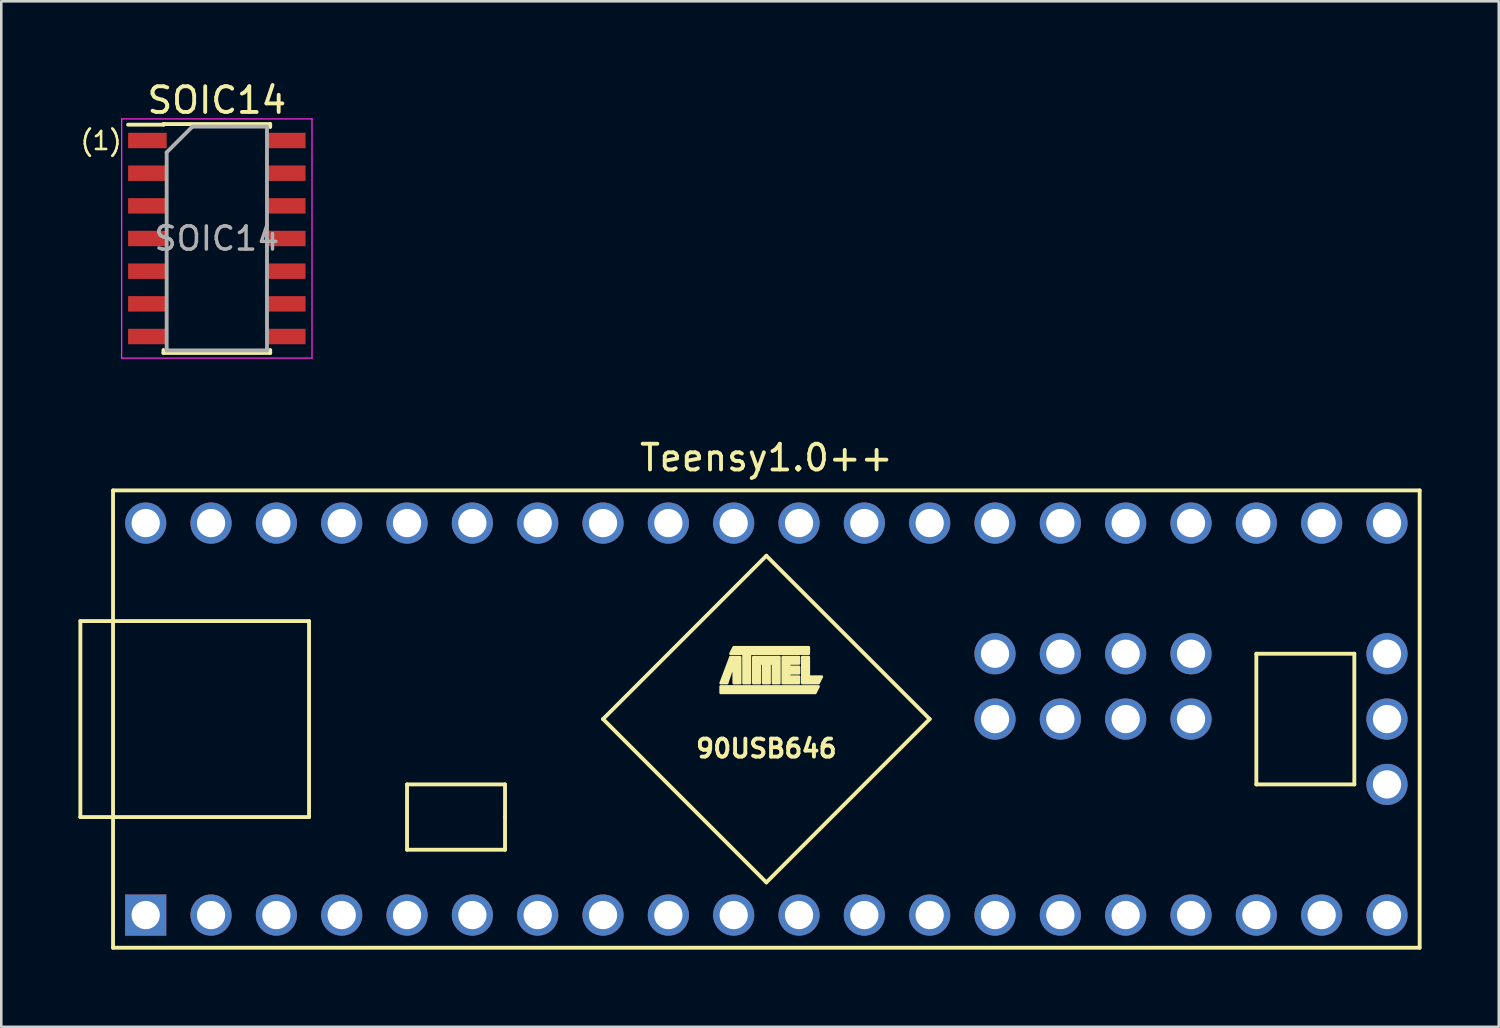
<source format=kicad_pcb>
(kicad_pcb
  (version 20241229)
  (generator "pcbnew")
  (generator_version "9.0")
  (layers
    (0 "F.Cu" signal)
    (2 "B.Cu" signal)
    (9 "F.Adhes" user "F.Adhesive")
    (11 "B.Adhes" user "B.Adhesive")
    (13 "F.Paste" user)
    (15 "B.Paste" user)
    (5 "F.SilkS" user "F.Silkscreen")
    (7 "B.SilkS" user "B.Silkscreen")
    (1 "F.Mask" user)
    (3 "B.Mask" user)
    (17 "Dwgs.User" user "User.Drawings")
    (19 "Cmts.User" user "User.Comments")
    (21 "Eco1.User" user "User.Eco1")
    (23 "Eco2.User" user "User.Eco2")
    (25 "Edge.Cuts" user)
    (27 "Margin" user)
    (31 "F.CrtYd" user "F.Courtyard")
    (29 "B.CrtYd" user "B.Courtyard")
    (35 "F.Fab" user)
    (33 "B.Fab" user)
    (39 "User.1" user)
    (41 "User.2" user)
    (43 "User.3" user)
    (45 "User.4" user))
  (footprint "Teensy1.0++"
    (layer "F.Cu")
    (at 26.745 24.907)
    (property "Reference" "Teensy1.0++" (at 0 -10.16 0) (layer "F.SilkS") (effects (font (size 1 1) (thickness 0.15))))
    (attr through_hole)
    (fp_line (start -26.67 -3.81) (end -26.67 3.81) (stroke (width 0.15) (type solid)) (layer "F.SilkS"))
    (fp_line (start -25.4 -8.89) (end 25.4 -8.89) (stroke (width 0.15) (type solid)) (layer "F.SilkS"))
    (fp_line (start -25.4 8.89) (end -25.4 -8.89) (stroke (width 0.15) (type solid)) (layer "F.SilkS"))
    (fp_line (start -17.78 -3.81) (end -26.67 -3.81) (stroke (width 0.15) (type solid)) (layer "F.SilkS"))
    (fp_line (start -17.78 3.81) (end -26.67 3.81) (stroke (width 0.15) (type solid)) (layer "F.SilkS"))
    (fp_line (start -17.78 3.81) (end -17.78 -3.81) (stroke (width 0.15) (type solid)) (layer "F.SilkS"))
    (fp_line (start -13.97 2.54) (end -13.97 5.08) (stroke (width 0.15) (type solid)) (layer "F.SilkS"))
    (fp_line (start -13.97 5.08) (end -10.16 5.08) (stroke (width 0.15) (type solid)) (layer "F.SilkS"))
    (fp_line (start -10.16 2.54) (end -13.97 2.54) (stroke (width 0.15) (type solid)) (layer "F.SilkS"))
    (fp_line (start -10.16 3.81) (end -10.16 2.54) (stroke (width 0.15) (type solid)) (layer "F.SilkS"))
    (fp_line (start -10.16 5.08) (end -10.16 3.81) (stroke (width 0.15) (type solid)) (layer "F.SilkS"))
    (fp_line (start -6.35 0) (end 0 -6.35) (stroke (width 0.15) (type solid)) (layer "F.SilkS"))
    (fp_line (start 0 -6.35) (end 6.35 0) (stroke (width 0.15) (type solid)) (layer "F.SilkS"))
    (fp_line (start 0 6.35) (end -6.35 0) (stroke (width 0.15) (type solid)) (layer "F.SilkS"))
    (fp_line (start 6.35 0) (end 0 6.35) (stroke (width 0.15) (type solid)) (layer "F.SilkS"))
    (fp_line (start 19.05 -2.54) (end 22.86 -2.54) (stroke (width 0.15) (type solid)) (layer "F.SilkS"))
    (fp_line (start 19.05 2.54) (end 19.05 -2.54) (stroke (width 0.15) (type solid)) (layer "F.SilkS"))
    (fp_line (start 22.86 -2.54) (end 22.86 2.54) (stroke (width 0.15) (type solid)) (layer "F.SilkS"))
    (fp_line (start 22.86 2.54) (end 19.05 2.54) (stroke (width 0.15) (type solid)) (layer "F.SilkS"))
    (fp_line (start 25.4 -8.89) (end 25.4 8.89) (stroke (width 0.15) (type solid)) (layer "F.SilkS"))
    (fp_line (start 25.4 8.89) (end -25.4 8.89) (stroke (width 0.15) (type solid)) (layer "F.SilkS"))
    (fp_poly (pts (xy -1.778 -1.27) (xy 2.032 -1.27) (xy 1.905 -1.016) (xy -1.778 -1.016)) (stroke (width 0.1) (type solid)) (fill yes) (layer "F.SilkS"))
    (fp_poly (pts (xy 1.397 -2.413) (xy 1.397 -1.397) (xy 2.032 -1.397) (xy 2.159 -1.651) (xy 1.651 -1.651) (xy 1.651 -2.413)) (stroke (width 0.1) (type solid)) (fill yes) (layer "F.SilkS"))
    (fp_poly (pts (xy -1.016 -1.397) (xy -1.016 -2.413) (xy -1.397 -2.413) (xy -1.778 -1.397) (xy -1.524 -1.397) (xy -1.27 -2.159) (xy -1.27 -1.397)) (stroke (width 0.1) (type solid)) (fill yes) (layer "F.SilkS"))
    (fp_poly (pts (xy 1.651 -2.54) (xy -0.635 -2.54) (xy -0.635 -1.397) (xy -0.889 -1.397) (xy -0.889 -2.54) (xy -1.397 -2.54) (xy -1.27 -2.794) (xy 1.651 -2.794)) (stroke (width 0.1) (type solid)) (fill yes) (layer "F.SilkS"))
    (fp_poly (pts (xy 0.508 -1.397) (xy 0.508 -2.413) (xy -0.508 -2.413) (xy -0.508 -1.397) (xy -0.254 -1.397) (xy -0.254 -2.159) (xy -0.127 -2.159) (xy -0.127 -1.397) (xy 0.127 -1.397) (xy 0.127 -2.159) (xy 0.254 -2.159) (xy 0.254 -1.397)) (stroke (width 0.1) (type solid)) (fill yes) (layer "F.SilkS"))
    (fp_poly (pts (xy 0.635 -2.413) (xy 1.27 -2.413) (xy 1.27 -2.159) (xy 0.889 -2.159) (xy 0.889 -2.032) (xy 1.27 -2.032) (xy 1.27 -1.778) (xy 0.889 -1.778) (xy 0.889 -1.651) (xy 1.27 -1.651) (xy 1.27 -1.397) (xy 0.635 -1.397)) (stroke (width 0.1) (type solid)) (fill yes) (layer "F.SilkS"))
    (fp_text user "90USB646" (at 0 1.143 0) (layer "F.SilkS") (effects (font (size 0.7 0.7) (thickness 0.15))))
    (pad "1" thru_hole rect (at -24.13 7.62) (size 1.6 1.6) (drill 1.1) (layers "*.Cu" "*.Mask"))
    (pad "2" thru_hole circle (at -21.59 7.62) (size 1.6 1.6) (drill 1.1) (layers "*.Cu" "*.Mask"))
    (pad "3" thru_hole circle (at -19.05 7.62) (size 1.6 1.6) (drill 1.1) (layers "*.Cu" "*.Mask"))
    (pad "4" thru_hole circle (at -16.51 7.62) (size 1.6 1.6) (drill 1.1) (layers "*.Cu" "*.Mask"))
    (pad "5" thru_hole circle (at -13.97 7.62) (size 1.6 1.6) (drill 1.1) (layers "*.Cu" "*.Mask"))
    (pad "6" thru_hole circle (at -11.43 7.62) (size 1.6 1.6) (drill 1.1) (layers "*.Cu" "*.Mask"))
    (pad "7" thru_hole circle (at -8.89 7.62) (size 1.6 1.6) (drill 1.1) (layers "*.Cu" "*.Mask"))
    (pad "8" thru_hole circle (at -6.35 7.62) (size 1.6 1.6) (drill 1.1) (layers "*.Cu" "*.Mask"))
    (pad "9" thru_hole circle (at -3.81 7.62) (size 1.6 1.6) (drill 1.1) (layers "*.Cu" "*.Mask"))
    (pad "10" thru_hole circle (at -1.27 7.62) (size 1.6 1.6) (drill 1.1) (layers "*.Cu" "*.Mask"))
    (pad "11" thru_hole circle (at 1.27 7.62) (size 1.6 1.6) (drill 1.1) (layers "*.Cu" "*.Mask"))
    (pad "12" thru_hole circle (at 3.81 7.62) (size 1.6 1.6) (drill 1.1) (layers "*.Cu" "*.Mask"))
    (pad "13" thru_hole circle (at 6.35 7.62) (size 1.6 1.6) (drill 1.1) (layers "*.Cu" "*.Mask"))
    (pad "14" thru_hole circle (at 8.89 7.62) (size 1.6 1.6) (drill 1.1) (layers "*.Cu" "*.Mask"))
    (pad "15" thru_hole circle (at 11.43 7.62) (size 1.6 1.6) (drill 1.1) (layers "*.Cu" "*.Mask"))
    (pad "16" thru_hole circle (at 13.97 7.62) (size 1.6 1.6) (drill 1.1) (layers "*.Cu" "*.Mask"))
    (pad "17" thru_hole circle (at 16.51 7.62) (size 1.6 1.6) (drill 1.1) (layers "*.Cu" "*.Mask"))
    (pad "18" thru_hole circle (at 19.05 7.62) (size 1.6 1.6) (drill 1.1) (layers "*.Cu" "*.Mask"))
    (pad "19" thru_hole circle (at 21.59 7.62) (size 1.6 1.6) (drill 1.1) (layers "*.Cu" "*.Mask"))
    (pad "20" thru_hole circle (at 24.13 7.62) (size 1.6 1.6) (drill 1.1) (layers "*.Cu" "*.Mask"))
    (pad "21" thru_hole circle (at 24.13 2.54) (size 1.6 1.6) (drill 1.1) (layers "*.Cu" "*.Mask"))
    (pad "22" thru_hole circle (at 24.13 0) (size 1.6 1.6) (drill 1.1) (layers "*.Cu" "*.Mask"))
    (pad "23" thru_hole circle (at 24.13 -2.54) (size 1.6 1.6) (drill 1.1) (layers "*.Cu" "*.Mask"))
    (pad "24" thru_hole circle (at 24.13 -7.62) (size 1.6 1.6) (drill 1.1) (layers "*.Cu" "*.Mask"))
    (pad "25" thru_hole circle (at 21.59 -7.62) (size 1.6 1.6) (drill 1.1) (layers "*.Cu" "*.Mask"))
    (pad "26" thru_hole circle (at 19.05 -7.62) (size 1.6 1.6) (drill 1.1) (layers "*.Cu" "*.Mask"))
    (pad "27" thru_hole circle (at 16.51 -7.62) (size 1.6 1.6) (drill 1.1) (layers "*.Cu" "*.Mask"))
    (pad "28" thru_hole circle (at 13.97 -7.62) (size 1.6 1.6) (drill 1.1) (layers "*.Cu" "*.Mask"))
    (pad "29" thru_hole circle (at 11.43 -7.62) (size 1.6 1.6) (drill 1.1) (layers "*.Cu" "*.Mask"))
    (pad "30" thru_hole circle (at 8.89 -7.62) (size 1.6 1.6) (drill 1.1) (layers "*.Cu" "*.Mask"))
    (pad "31" thru_hole circle (at 6.35 -7.62) (size 1.6 1.6) (drill 1.1) (layers "*.Cu" "*.Mask"))
    (pad "32" thru_hole circle (at 3.81 -7.62) (size 1.6 1.6) (drill 1.1) (layers "*.Cu" "*.Mask"))
    (pad "33" thru_hole circle (at 1.27 -7.62) (size 1.6 1.6) (drill 1.1) (layers "*.Cu" "*.Mask"))
    (pad "34" thru_hole circle (at -1.27 -7.62) (size 1.6 1.6) (drill 1.1) (layers "*.Cu" "*.Mask"))
    (pad "35" thru_hole circle (at -3.81 -7.62) (size 1.6 1.6) (drill 1.1) (layers "*.Cu" "*.Mask"))
    (pad "36" thru_hole circle (at -6.35 -7.62) (size 1.6 1.6) (drill 1.1) (layers "*.Cu" "*.Mask"))
    (pad "37" thru_hole circle (at -8.89 -7.62) (size 1.6 1.6) (drill 1.1) (layers "*.Cu" "*.Mask"))
    (pad "38" thru_hole circle (at -11.43 -7.62) (size 1.6 1.6) (drill 1.1) (layers "*.Cu" "*.Mask"))
    (pad "39" thru_hole circle (at -13.97 -7.62) (size 1.6 1.6) (drill 1.1) (layers "*.Cu" "*.Mask"))
    (pad "40" thru_hole circle (at -16.51 -7.62) (size 1.6 1.6) (drill 1.1) (layers "*.Cu" "*.Mask"))
    (pad "41" thru_hole circle (at -19.05 -7.62) (size 1.6 1.6) (drill 1.1) (layers "*.Cu" "*.Mask"))
    (pad "42" thru_hole circle (at -21.59 -7.62) (size 1.6 1.6) (drill 1.1) (layers "*.Cu" "*.Mask"))
    (pad "43" thru_hole circle (at -24.13 -7.62) (size 1.6 1.6) (drill 1.1) (layers "*.Cu" "*.Mask"))
    (pad "44" thru_hole circle (at 8.89 -2.54) (size 1.6 1.6) (drill 1.1) (layers "*.Cu" "*.Mask"))
    (pad "45" thru_hole circle (at 11.43 -2.54) (size 1.6 1.6) (drill 1.1) (layers "*.Cu" "*.Mask"))
    (pad "46" thru_hole circle (at 13.97 -2.54) (size 1.6 1.6) (drill 1.1) (layers "*.Cu" "*.Mask"))
    (pad "47" thru_hole circle (at 16.51 -2.54) (size 1.6 1.6) (drill 1.1) (layers "*.Cu" "*.Mask"))
    (pad "48" thru_hole circle (at 8.89 0) (size 1.6 1.6) (drill 1.1) (layers "*.Cu" "*.Mask"))
    (pad "49" thru_hole circle (at 11.43 0) (size 1.6 1.6) (drill 1.1) (layers "*.Cu" "*.Mask"))
    (pad "50" thru_hole circle (at 13.97 0) (size 1.6 1.6) (drill 1.1) (layers "*.Cu" "*.Mask"))
    (pad "51" thru_hole circle (at 16.51 0) (size 1.6 1.6) (drill 1.1) (layers "*.Cu" "*.Mask")))
  (footprint "SOIC14"
    (layer "F.Cu")
    (at 5.38 6.223)
    (property "Reference" "SOIC14" (at 0 -5.375 0) (layer "F.SilkS") (effects (font (size 1 1) (thickness 0.15))))
    (attr smd)
    (fp_line (start -2.075 -4.45) (end -2.075 -4.425) (stroke (width 0.15) (type solid)) (layer "F.SilkS"))
    (fp_line (start -2.075 -4.45) (end 2.075 -4.45) (stroke (width 0.15) (type solid)) (layer "F.SilkS"))
    (fp_line (start -2.075 -4.425) (end -3.45 -4.425) (stroke (width 0.15) (type solid)) (layer "F.SilkS"))
    (fp_line (start -2.075 4.45) (end -2.075 4.335) (stroke (width 0.15) (type solid)) (layer "F.SilkS"))
    (fp_line (start -2.075 4.45) (end 2.075 4.45) (stroke (width 0.15) (type solid)) (layer "F.SilkS"))
    (fp_line (start 2.075 -4.45) (end 2.075 -4.335) (stroke (width 0.15) (type solid)) (layer "F.SilkS"))
    (fp_line (start 2.075 4.45) (end 2.075 4.335) (stroke (width 0.15) (type solid)) (layer "F.SilkS"))
    (fp_line (start -3.7 -4.65) (end -3.7 4.65) (stroke (width 0.05) (type solid)) (layer "F.CrtYd"))
    (fp_line (start -3.7 -4.65) (end 3.7 -4.65) (stroke (width 0.05) (type solid)) (layer "F.CrtYd"))
    (fp_line (start -3.7 4.65) (end 3.7 4.65) (stroke (width 0.05) (type solid)) (layer "F.CrtYd"))
    (fp_line (start 3.7 -4.65) (end 3.7 4.65) (stroke (width 0.05) (type solid)) (layer "F.CrtYd"))
    (fp_line (start -1.95 -3.35) (end -0.95 -4.35) (stroke (width 0.15) (type solid)) (layer "F.Fab"))
    (fp_line (start -1.95 4.35) (end -1.95 -3.35) (stroke (width 0.15) (type solid)) (layer "F.Fab"))
    (fp_line (start -0.95 -4.35) (end 1.95 -4.35) (stroke (width 0.15) (type solid)) (layer "F.Fab"))
    (fp_line (start 1.95 -4.35) (end 1.95 4.35) (stroke (width 0.15) (type solid)) (layer "F.Fab"))
    (fp_line (start 1.95 4.35) (end -1.95 4.35) (stroke (width 0.15) (type solid)) (layer "F.Fab"))
    (fp_text user "(1)" (at -4.5 -3.8 0) (layer "F.SilkS") (effects (font (size 0.7 0.7) (thickness 0.1))))
    (fp_text user "${REFERENCE}" (at 0 0 0) (layer "F.Fab") (effects (font (size 0.9 0.9) (thickness 0.135))))
    (pad "1" smd rect (at -2.7 -3.81) (size 1.5 0.6) (layers "F.Cu" "F.Mask" "F.Paste"))
    (pad "2" smd rect (at -2.7 -2.54) (size 1.5 0.6) (layers "F.Cu" "F.Mask" "F.Paste"))
    (pad "3" smd rect (at -2.7 -1.27) (size 1.5 0.6) (layers "F.Cu" "F.Mask" "F.Paste"))
    (pad "4" smd rect (at -2.7 0) (size 1.5 0.6) (layers "F.Cu" "F.Mask" "F.Paste"))
    (pad "5" smd rect (at -2.7 1.27) (size 1.5 0.6) (layers "F.Cu" "F.Mask" "F.Paste"))
    (pad "6" smd rect (at -2.7 2.54) (size 1.5 0.6) (layers "F.Cu" "F.Mask" "F.Paste"))
    (pad "7" smd rect (at -2.7 3.81) (size 1.5 0.6) (layers "F.Cu" "F.Mask" "F.Paste"))
    (pad "8" smd rect (at 2.7 3.81) (size 1.5 0.6) (layers "F.Cu" "F.Mask" "F.Paste"))
    (pad "9" smd rect (at 2.7 2.54) (size 1.5 0.6) (layers "F.Cu" "F.Mask" "F.Paste"))
    (pad "10" smd rect (at 2.7 1.27) (size 1.5 0.6) (layers "F.Cu" "F.Mask" "F.Paste"))
    (pad "11" smd rect (at 2.7 0) (size 1.5 0.6) (layers "F.Cu" "F.Mask" "F.Paste"))
    (pad "12" smd rect (at 2.7 -1.27) (size 1.5 0.6) (layers "F.Cu" "F.Mask" "F.Paste"))
    (pad "13" smd rect (at 2.7 -2.54) (size 1.5 0.6) (layers "F.Cu" "F.Mask" "F.Paste"))
    (pad "14" smd rect (at 2.7 -3.81) (size 1.5 0.6) (layers "F.Cu" "F.Mask" "F.Paste")))
  (gr_rect
    (start -3 -3)
    (end 55.22 36.871)
    (stroke (width 0.1) (type default))
    (fill no)
    (layer "Edge.Cuts")))
</source>
